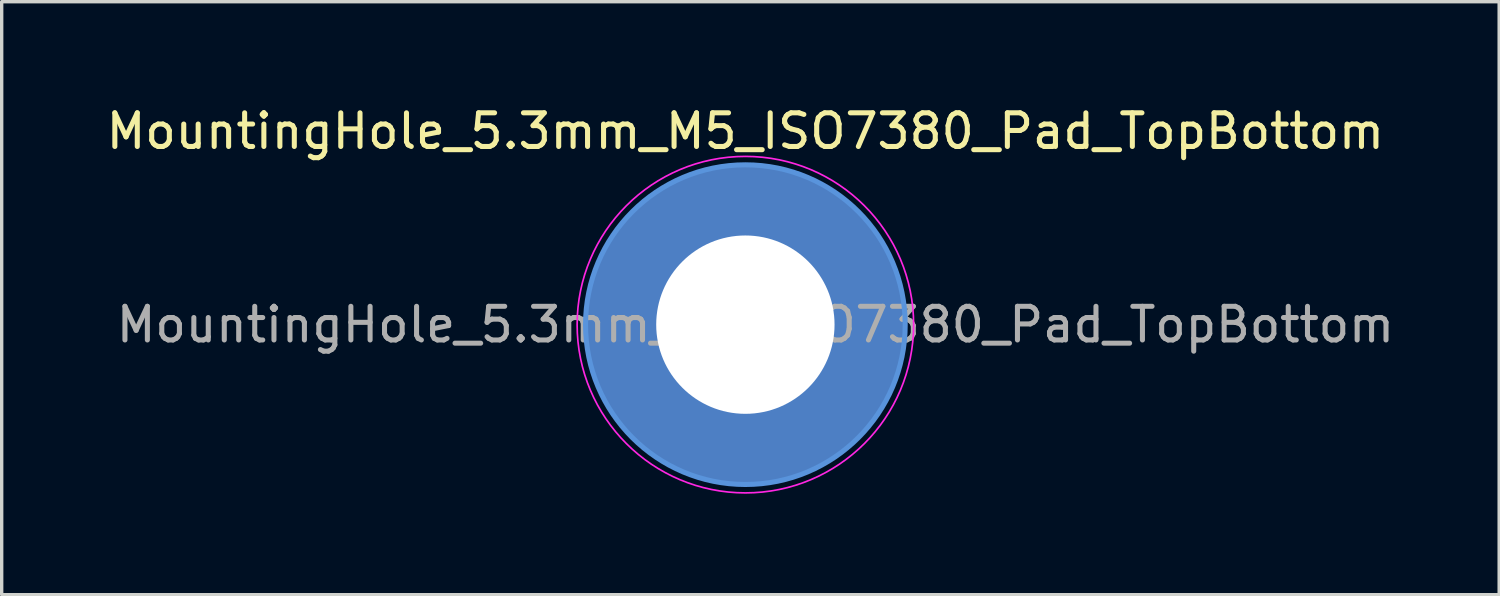
<source format=kicad_pcb>
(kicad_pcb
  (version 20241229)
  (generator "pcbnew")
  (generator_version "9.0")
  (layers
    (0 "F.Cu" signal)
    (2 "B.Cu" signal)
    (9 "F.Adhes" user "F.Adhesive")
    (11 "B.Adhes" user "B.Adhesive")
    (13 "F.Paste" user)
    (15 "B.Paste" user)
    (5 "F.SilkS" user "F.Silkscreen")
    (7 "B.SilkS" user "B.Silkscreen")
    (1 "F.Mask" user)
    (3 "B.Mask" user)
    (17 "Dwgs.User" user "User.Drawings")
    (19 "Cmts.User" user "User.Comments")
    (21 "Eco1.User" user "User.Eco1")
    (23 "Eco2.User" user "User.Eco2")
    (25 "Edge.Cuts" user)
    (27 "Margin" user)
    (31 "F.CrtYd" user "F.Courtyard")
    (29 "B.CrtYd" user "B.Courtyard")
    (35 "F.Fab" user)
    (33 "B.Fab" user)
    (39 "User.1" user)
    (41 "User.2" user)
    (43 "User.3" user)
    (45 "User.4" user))
  (footprint "MountingHole_5.3mm_M5_ISO7380_Pad_TopBottom"
    (layer "F.Cu")
    (at 19.101 6.598)
    (property "Reference" "MountingHole_5.3mm_M5_ISO7380_Pad_TopBottom" (at 0 -5.75 0) (layer "F.SilkS") (effects (font (size 1 1) (thickness 0.15))))
    (attr exclude_from_pos_files exclude_from_bom)
    (fp_circle (center 0 0) (end 4.75 0) (stroke (width 0.15) (type solid)) (fill no) (layer "Cmts.User"))
    (fp_circle (center 0 0) (end 5 0) (stroke (width 0.05) (type solid)) (fill no) (layer "F.CrtYd"))
    (fp_text user "${REFERENCE}" (at 0.3 0 0) (layer "F.Fab") (effects (font (size 1 1) (thickness 0.15))))
    (pad "1" thru_hole circle (at 0 0) (size 5.7 5.7) (drill 5.3) (layers "*.Cu" "*.Mask"))
    (pad "1" connect circle (at 0 0) (size 9.5 9.5) (layers "F.Cu" "F.Mask"))
    (pad "1" connect circle (at 0 0) (size 9.5 9.5) (layers "B.Cu" "B.Mask")))
  (gr_rect
    (start -3 -3)
    (end 41.502 14.623)
    (stroke (width 0.1) (type default))
    (fill no)
    (layer "Edge.Cuts")))
</source>
